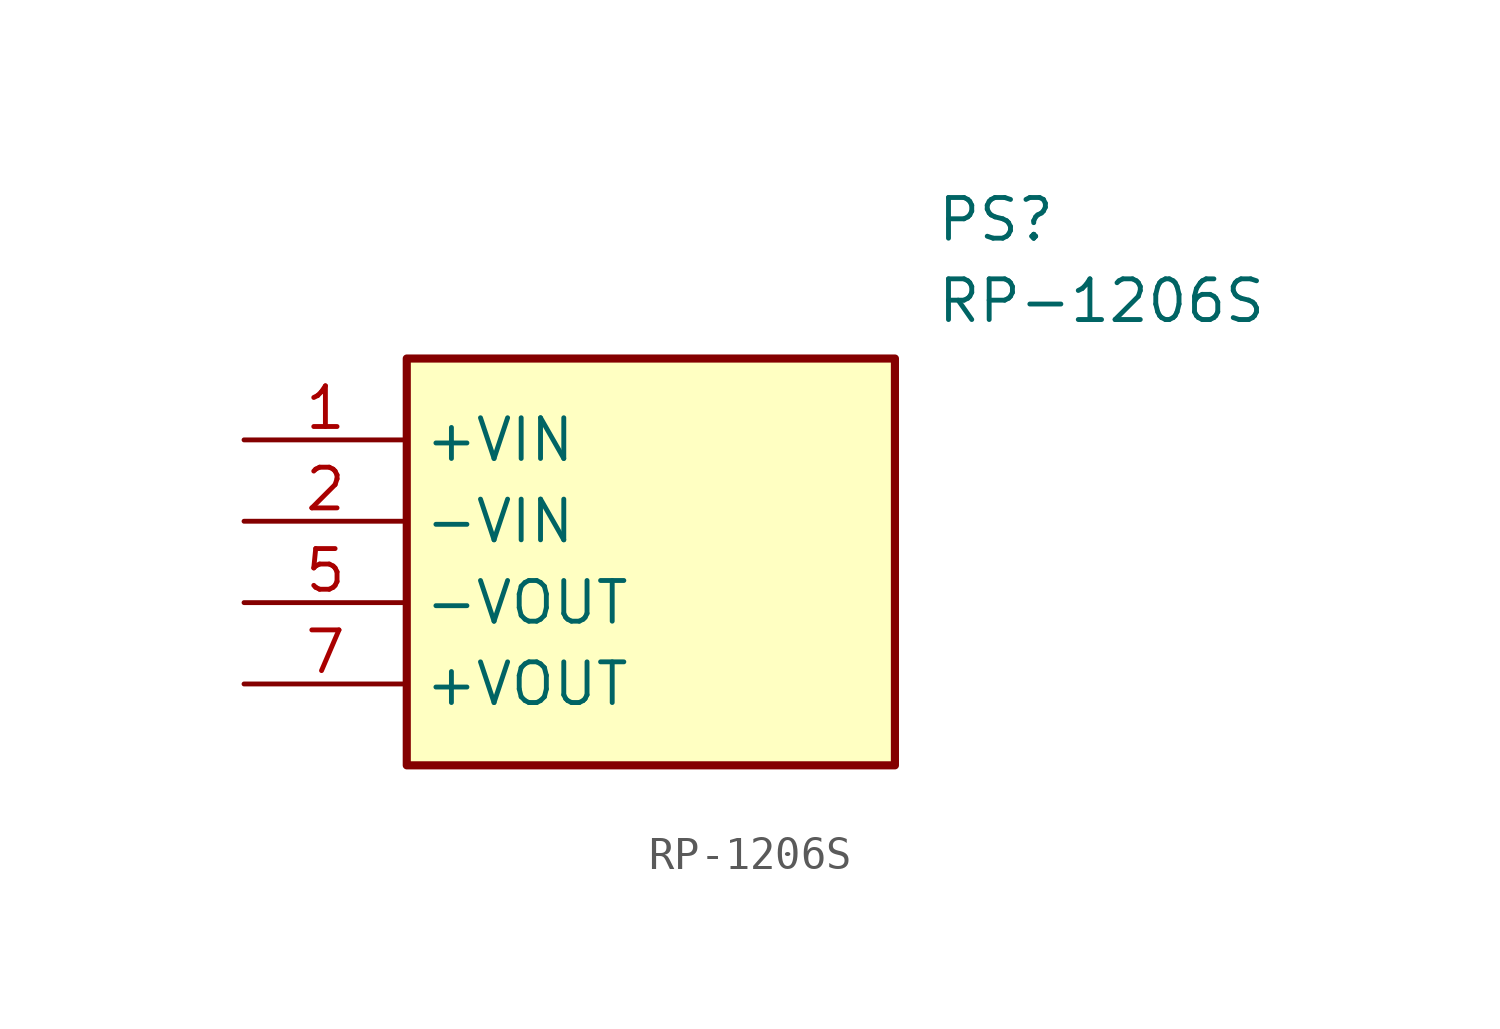
<source format=kicad_sym>
(kicad_symbol_lib
  (version 20211014)
  (generator SamacSys_ECAD_Model)
  (symbol "RP-1206S"
    (property "Reference" "PS"
      (at 21.59 7.62 0)
      (effects (font (size 1.27 1.27)) (justify left top)))
    (property "Value" "RP-1206S"
      (at 21.59 5.08 0)
      (effects (font (size 1.27 1.27)) (justify left top)))
    (rectangle
      (start 5.08 2.54)
      (end 20.32 -10.16)
      (stroke (width 0.254) (type default))
      (fill (type background)))
    (pin passive line
      (at 0 0 0)
      (length 5.08)
      (name "+VIN" (effects (font (size 1.27 1.27))))
      (number "1" (effects (font (size 1.27 1.27)))))
    (pin passive line
      (at 0 -2.54 0)
      (length 5.08)
      (name "-VIN" (effects (font (size 1.27 1.27))))
      (number "2" (effects (font (size 1.27 1.27)))))
    (pin passive line
      (at 0 -5.08 0)
      (length 5.08)
      (name "-VOUT" (effects (font (size 1.27 1.27))))
      (number "5" (effects (font (size 1.27 1.27)))))
    (pin passive line
      (at 0 -7.62 0)
      (length 5.08)
      (name "+VOUT" (effects (font (size 1.27 1.27))))
      (number "7" (effects (font (size 1.27 1.27)))))))
</source>
